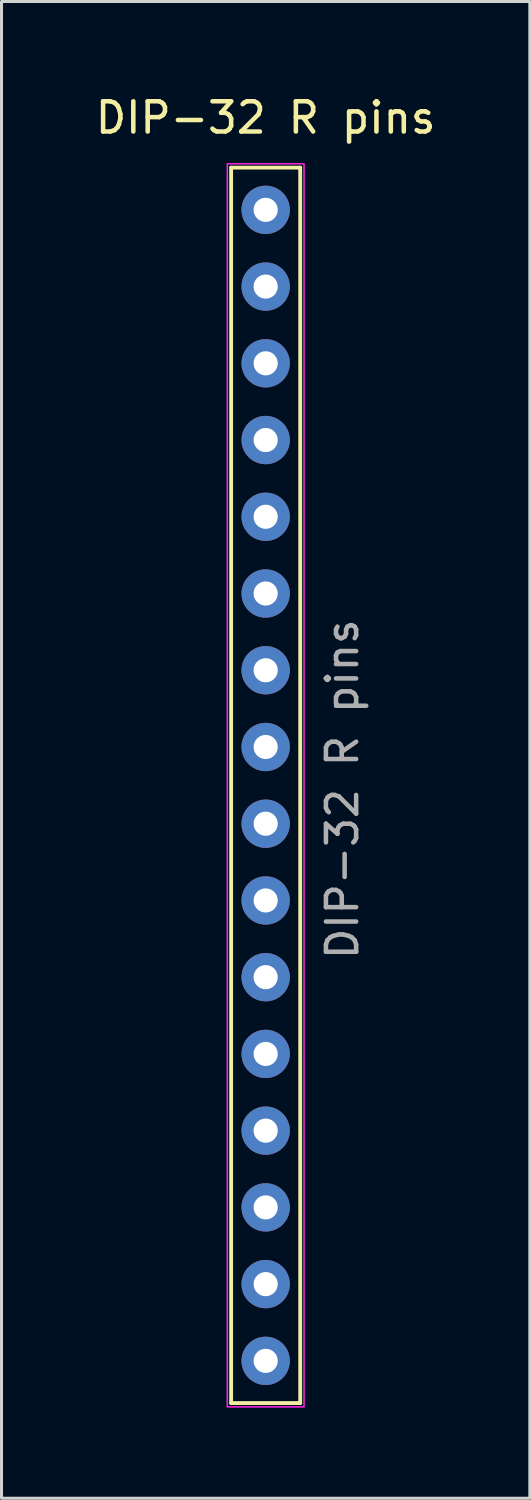
<source format=kicad_pcb>
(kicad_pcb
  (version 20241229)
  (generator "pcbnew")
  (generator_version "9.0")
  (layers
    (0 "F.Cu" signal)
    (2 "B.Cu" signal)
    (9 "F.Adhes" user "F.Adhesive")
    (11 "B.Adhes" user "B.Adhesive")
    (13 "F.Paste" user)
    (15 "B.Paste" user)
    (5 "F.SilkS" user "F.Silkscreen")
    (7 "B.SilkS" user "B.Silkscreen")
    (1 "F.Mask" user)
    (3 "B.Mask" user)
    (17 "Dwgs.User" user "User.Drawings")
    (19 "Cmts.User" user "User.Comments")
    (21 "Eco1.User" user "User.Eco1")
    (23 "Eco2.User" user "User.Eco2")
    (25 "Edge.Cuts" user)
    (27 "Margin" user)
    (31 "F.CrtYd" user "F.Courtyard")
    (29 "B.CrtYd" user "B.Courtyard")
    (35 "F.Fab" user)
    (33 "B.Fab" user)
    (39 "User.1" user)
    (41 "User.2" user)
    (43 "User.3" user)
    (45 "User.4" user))
  (footprint "DIP-32 R pins"
    (layer "F.Cu")
    (at 5.744 3.896)
    (property "Reference" "DIP-32 R pins" (at 0 -3.048 0) (layer "F.SilkS") (effects (font (size 1 1) (thickness 0.15))))
    (attr through_hole)
    (fp_line (start -1.143 -1.397) (end 1.143 -1.397) (stroke (width 0.127) (type default)) (layer "F.SilkS"))
    (fp_line (start -1.143 39.497) (end -1.143 -1.397) (stroke (width 0.127) (type default)) (layer "F.SilkS"))
    (fp_line (start 1.143 -1.397) (end 1.143 39.497) (stroke (width 0.127) (type default)) (layer "F.SilkS"))
    (fp_line (start 1.143 39.497) (end -1.143 39.497) (stroke (width 0.127) (type default)) (layer "F.SilkS"))
    (fp_rect (start -1.27 -1.524) (end 1.27 39.624) (stroke (width 0.05) (type default)) (fill no) (layer "F.CrtYd"))
    (fp_text user "${REFERENCE}" (at 2.54 19.177 270) (layer "F.Fab") (effects (font (size 1 1) (thickness 0.15))))
    (pad "17" thru_hole oval (at 0 38.1) (size 1.6 1.6) (drill 0.8) (layers "*.Cu" "*.Mask"))
    (pad "18" thru_hole oval (at 0 35.56) (size 1.6 1.6) (drill 0.8) (layers "*.Cu" "*.Mask"))
    (pad "19" thru_hole oval (at 0 33.02) (size 1.6 1.6) (drill 0.8) (layers "*.Cu" "*.Mask"))
    (pad "20" thru_hole oval (at 0 30.48) (size 1.6 1.6) (drill 0.8) (layers "*.Cu" "*.Mask"))
    (pad "21" thru_hole oval (at 0 27.94) (size 1.6 1.6) (drill 0.8) (layers "*.Cu" "*.Mask"))
    (pad "22" thru_hole oval (at 0 25.4) (size 1.6 1.6) (drill 0.8) (layers "*.Cu" "*.Mask"))
    (pad "23" thru_hole oval (at 0 22.86) (size 1.6 1.6) (drill 0.8) (layers "*.Cu" "*.Mask"))
    (pad "24" thru_hole oval (at 0 20.32) (size 1.6 1.6) (drill 0.8) (layers "*.Cu" "*.Mask"))
    (pad "25" thru_hole oval (at 0 17.78) (size 1.6 1.6) (drill 0.8) (layers "*.Cu" "*.Mask"))
    (pad "26" thru_hole oval (at 0 15.24) (size 1.6 1.6) (drill 0.8) (layers "*.Cu" "*.Mask"))
    (pad "27" thru_hole oval (at 0 12.7) (size 1.6 1.6) (drill 0.8) (layers "*.Cu" "*.Mask"))
    (pad "28" thru_hole oval (at 0 10.16) (size 1.6 1.6) (drill 0.8) (layers "*.Cu" "*.Mask"))
    (pad "29" thru_hole oval (at 0 7.62) (size 1.6 1.6) (drill 0.8) (layers "*.Cu" "*.Mask"))
    (pad "30" thru_hole oval (at 0 5.08) (size 1.6 1.6) (drill 0.8) (layers "*.Cu" "*.Mask"))
    (pad "31" thru_hole oval (at 0 2.54) (size 1.6 1.6) (drill 0.8) (layers "*.Cu" "*.Mask"))
    (pad "32" thru_hole oval (at 0 0) (size 1.6 1.6) (drill 0.8) (layers "*.Cu" "*.Mask")))
  (gr_rect
    (start -3 -3)
    (end 14.488 46.545)
    (stroke (width 0.1) (type default))
    (fill no)
    (layer "Edge.Cuts")))
</source>
